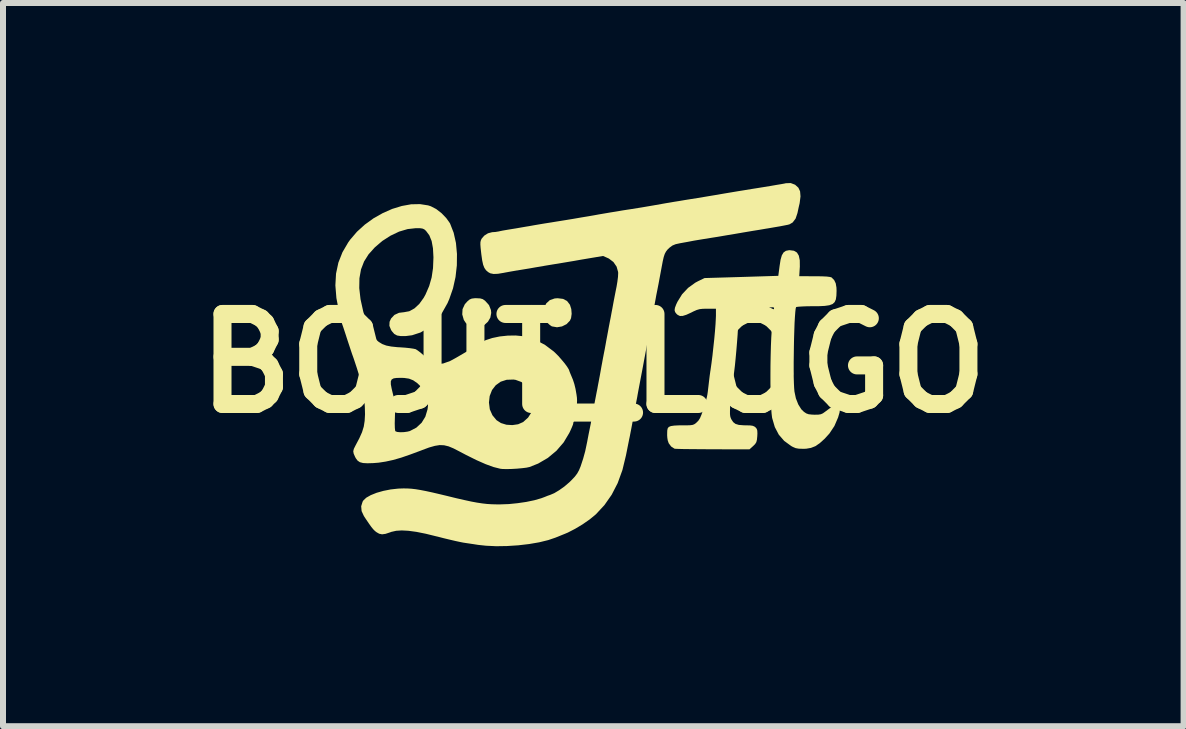
<source format=kicad_pcb>
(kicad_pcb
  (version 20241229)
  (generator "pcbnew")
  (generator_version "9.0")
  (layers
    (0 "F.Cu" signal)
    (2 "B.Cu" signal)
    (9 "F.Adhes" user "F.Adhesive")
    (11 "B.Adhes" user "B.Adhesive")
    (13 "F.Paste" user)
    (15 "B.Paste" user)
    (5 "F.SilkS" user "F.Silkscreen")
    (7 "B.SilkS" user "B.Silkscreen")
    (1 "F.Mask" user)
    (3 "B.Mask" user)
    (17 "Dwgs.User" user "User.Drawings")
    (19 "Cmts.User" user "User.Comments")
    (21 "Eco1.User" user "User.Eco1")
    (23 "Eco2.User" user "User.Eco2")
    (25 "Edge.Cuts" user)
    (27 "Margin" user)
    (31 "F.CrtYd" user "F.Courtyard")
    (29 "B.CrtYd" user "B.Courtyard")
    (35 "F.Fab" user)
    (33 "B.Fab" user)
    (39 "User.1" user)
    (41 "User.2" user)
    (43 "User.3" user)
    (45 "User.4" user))
  (footprint "BOJIT_LOGO"
    (layer "F.Cu")
    (at 6.836 3.003)
    (property "Reference" "BOJIT_LOGO" (at 0 0 0) (layer "F.SilkS") (effects (font (size 1.5 1.5) (thickness 0.3))))
    (attr board_only exclude_from_pos_files exclude_from_bom)
    (fp_poly (pts (xy -0.505 -1.073) (xy -0.438 -1.038) (xy -0.392 -0.978) (xy -0.389 -0.973) (xy -0.367 -0.902) (xy -0.361 -0.824) (xy -0.371 -0.752) (xy -0.39 -0.71) (xy -0.446 -0.652) (xy -0.522 -0.614) (xy -0.605 -0.6) (xy -0.686 -0.614) (xy -0.693 -0.616) (xy -0.724 -0.637) (xy -0.764 -0.673) (xy -0.781 -0.691) (xy -0.817 -0.74) (xy -0.832 -0.788) (xy -0.834 -0.824) (xy -0.821 -0.922) (xy -0.784 -0.998) (xy -0.725 -1.052) (xy -0.645 -1.08) (xy -0.595 -1.084)) (stroke (width 0) (type solid)) (fill yes) (layer "F.SilkS"))
    (fp_poly (pts (xy -1.886 -1.081) (xy -1.843 -1.069) (xy -1.805 -1.043) (xy -1.802 -1.04) (xy -1.738 -0.969) (xy -1.706 -0.887) (xy -1.701 -0.839) (xy -1.716 -0.761) (xy -1.755 -0.694) (xy -1.813 -0.64) (xy -1.883 -0.606) (xy -1.957 -0.597) (xy -2.01 -0.607) (xy -2.078 -0.637) (xy -2.123 -0.67) (xy -2.153 -0.715) (xy -2.158 -0.723) (xy -2.184 -0.814) (xy -2.179 -0.902) (xy -2.141 -0.984) (xy -2.098 -1.032) (xy -2.061 -1.063) (xy -2.025 -1.078) (xy -1.975 -1.084) (xy -1.948 -1.084)) (stroke (width 0) (type solid)) (fill yes) (layer "F.SilkS"))
    (fp_poly (pts (xy 3.343 -1.875) (xy 3.393 -1.845) (xy 3.424 -1.793) (xy 3.44 -1.715) (xy 3.441 -1.61) (xy 3.44 -1.596) (xy 3.431 -1.451) (xy 3.688 -1.45) (xy 3.804 -1.449) (xy 3.89 -1.445) (xy 3.944 -1.438) (xy 3.97 -1.43) (xy 4.013 -1.386) (xy 4.039 -1.332) (xy 4.051 -1.261) (xy 4.053 -1.206) (xy 4.05 -1.126) (xy 4.041 -1.064) (xy 4.021 -1.019) (xy 3.986 -0.987) (xy 3.932 -0.967) (xy 3.856 -0.956) (xy 3.753 -0.951) (xy 3.655 -0.951) (xy 3.564 -0.95) (xy 3.485 -0.947) (xy 3.424 -0.943) (xy 3.387 -0.939) (xy 3.378 -0.935) (xy 3.371 -0.908) (xy 3.365 -0.852) (xy 3.359 -0.771) (xy 3.353 -0.67) (xy 3.349 -0.554) (xy 3.345 -0.426) (xy 3.342 -0.291) (xy 3.34 -0.154) (xy 3.338 -0.019) (xy 3.338 0.109) (xy 3.339 0.227) (xy 3.342 0.329) (xy 3.346 0.412) (xy 3.351 0.47) (xy 3.375 0.584) (xy 3.415 0.686) (xy 3.466 0.767) (xy 3.509 0.809) (xy 3.548 0.835) (xy 3.587 0.849) (xy 3.64 0.855) (xy 3.684 0.857) (xy 3.748 0.856) (xy 3.791 0.849) (xy 3.825 0.834) (xy 3.86 0.809) (xy 3.942 0.748) (xy 4.004 0.712) (xy 4.05 0.699) (xy 4.082 0.71) (xy 4.103 0.742) (xy 4.108 0.776) (xy 4.102 0.822) (xy 4.082 0.89) (xy 4.079 0.901) (xy 4.017 1.045) (xy 3.934 1.17) (xy 3.855 1.257) (xy 3.773 1.331) (xy 3.7 1.381) (xy 3.626 1.41) (xy 3.544 1.424) (xy 3.494 1.425) (xy 3.424 1.423) (xy 3.372 1.414) (xy 3.325 1.394) (xy 3.296 1.378) (xy 3.18 1.293) (xy 3.09 1.189) (xy 3.024 1.063) (xy 2.98 0.913) (xy 2.978 0.903) (xy 2.97 0.837) (xy 2.963 0.743) (xy 2.957 0.626) (xy 2.954 0.49) (xy 2.951 0.341) (xy 2.951 0.184) (xy 2.952 0.023) (xy 2.955 -0.136) (xy 2.959 -0.289) (xy 2.965 -0.43) (xy 2.973 -0.555) (xy 2.977 -0.613) (xy 2.986 -0.707) (xy 2.995 -0.791) (xy 3.002 -0.857) (xy 3.008 -0.901) (xy 3.011 -0.916) (xy 3.01 -0.928) (xy 2.992 -0.933) (xy 2.95 -0.932) (xy 2.906 -0.928) (xy 2.841 -0.924) (xy 2.755 -0.92) (xy 2.662 -0.918) (xy 2.606 -0.917) (xy 2.418 -0.917) (xy 2.418 -0.796) (xy 2.416 -0.706) (xy 2.411 -0.597) (xy 2.404 -0.474) (xy 2.394 -0.344) (xy 2.383 -0.211) (xy 2.371 -0.081) (xy 2.359 0.04) (xy 2.346 0.147) (xy 2.334 0.235) (xy 2.323 0.297) (xy 2.318 0.317) (xy 2.31 0.354) (xy 2.302 0.417) (xy 2.294 0.498) (xy 2.287 0.589) (xy 2.285 0.625) (xy 2.279 0.724) (xy 2.277 0.795) (xy 2.277 0.846) (xy 2.281 0.882) (xy 2.289 0.91) (xy 2.3 0.934) (xy 2.33 0.98) (xy 2.369 1.01) (xy 2.425 1.027) (xy 2.504 1.033) (xy 2.539 1.034) (xy 2.608 1.035) (xy 2.653 1.041) (xy 2.683 1.053) (xy 2.704 1.069) (xy 2.723 1.093) (xy 2.732 1.123) (xy 2.734 1.169) (xy 2.732 1.213) (xy 2.726 1.274) (xy 2.716 1.314) (xy 2.696 1.346) (xy 2.664 1.378) (xy 2.602 1.434) (xy 1.989 1.433) (xy 1.848 1.432) (xy 1.718 1.431) (xy 1.601 1.43) (xy 1.502 1.429) (xy 1.425 1.427) (xy 1.373 1.425) (xy 1.351 1.423) (xy 1.351 1.422) (xy 1.297 1.387) (xy 1.256 1.332) (xy 1.24 1.286) (xy 1.233 1.242) (xy 1.23 1.2) (xy 1.231 1.145) (xy 1.232 1.119) (xy 1.239 1.085) (xy 1.257 1.061) (xy 1.293 1.046) (xy 1.35 1.038) (xy 1.433 1.034) (xy 1.477 1.034) (xy 1.559 1.034) (xy 1.615 1.032) (xy 1.653 1.027) (xy 1.68 1.017) (xy 1.704 1.001) (xy 1.723 0.984) (xy 1.753 0.953) (xy 1.778 0.913) (xy 1.802 0.856) (xy 1.83 0.774) (xy 1.831 0.772) (xy 1.858 0.682) (xy 1.878 0.616) (xy 1.892 0.564) (xy 1.901 0.518) (xy 1.908 0.469) (xy 1.915 0.408) (xy 1.918 0.384) (xy 1.928 0.298) (xy 1.939 0.207) (xy 1.95 0.129) (xy 1.951 0.125) (xy 1.968 0.005) (xy 1.985 -0.128) (xy 2 -0.266) (xy 2.015 -0.404) (xy 2.027 -0.534) (xy 2.036 -0.65) (xy 2.041 -0.744) (xy 2.043 -0.792) (xy 2.043 -0.909) (xy 1.9 -0.909) (xy 1.826 -0.908) (xy 1.772 -0.902) (xy 1.723 -0.888) (xy 1.666 -0.863) (xy 1.633 -0.846) (xy 1.55 -0.808) (xy 1.489 -0.789) (xy 1.443 -0.788) (xy 1.406 -0.806) (xy 1.387 -0.822) (xy 1.363 -0.853) (xy 1.354 -0.885) (xy 1.36 -0.925) (xy 1.381 -0.981) (xy 1.403 -1.027) (xy 1.479 -1.15) (xy 1.58 -1.257) (xy 1.699 -1.343) (xy 1.742 -1.366) (xy 1.853 -1.42) (xy 2.468 -1.438) (xy 3.082 -1.457) (xy 3.104 -1.623) (xy 3.12 -1.726) (xy 3.141 -1.799) (xy 3.17 -1.847) (xy 3.209 -1.874) (xy 3.26 -1.884) (xy 3.274 -1.884)) (stroke (width 0) (type solid)) (fill yes) (layer "F.SilkS"))
    (fp_poly (pts (xy -2.753 -2.631) (xy -2.707 -2.616) (xy -2.618 -2.57) (xy -2.53 -2.502) (xy -2.451 -2.42) (xy -2.391 -2.336) (xy -2.385 -2.324) (xy -2.327 -2.175) (xy -2.289 -2.005) (xy -2.272 -1.822) (xy -2.274 -1.631) (xy -2.296 -1.437) (xy -2.338 -1.248) (xy -2.4 -1.07) (xy -2.43 -1.001) (xy -2.524 -0.834) (xy -2.63 -0.697) (xy -2.749 -0.59) (xy -2.879 -0.513) (xy -3.02 -0.467) (xy -3.121 -0.454) (xy -3.208 -0.453) (xy -3.27 -0.463) (xy -3.317 -0.489) (xy -3.356 -0.534) (xy -3.37 -0.555) (xy -3.398 -0.624) (xy -3.395 -0.691) (xy -3.37 -0.746) (xy -3.314 -0.806) (xy -3.238 -0.841) (xy -3.155 -0.851) (xy -3.067 -0.867) (xy -2.981 -0.914) (xy -2.9 -0.989) (xy -2.827 -1.09) (xy -2.796 -1.146) (xy -2.735 -1.287) (xy -2.694 -1.43) (xy -2.671 -1.586) (xy -2.664 -1.763) (xy -2.664 -1.768) (xy -2.672 -1.916) (xy -2.694 -2.037) (xy -2.733 -2.133) (xy -2.787 -2.205) (xy -2.813 -2.229) (xy -2.841 -2.243) (xy -2.879 -2.25) (xy -2.939 -2.251) (xy -2.959 -2.251) (xy -3.094 -2.236) (xy -3.236 -2.194) (xy -3.379 -2.126) (xy -3.516 -2.038) (xy -3.641 -1.931) (xy -3.746 -1.814) (xy -3.82 -1.696) (xy -3.871 -1.564) (xy -3.897 -1.417) (xy -3.9 -1.252) (xy -3.879 -1.068) (xy -3.834 -0.864) (xy -3.792 -0.717) (xy -3.758 -0.615) (xy -3.727 -0.538) (xy -3.695 -0.479) (xy -3.659 -0.432) (xy -3.633 -0.406) (xy -3.575 -0.356) (xy -3.516 -0.32) (xy -3.449 -0.295) (xy -3.366 -0.279) (xy -3.261 -0.268) (xy -3.22 -0.266) (xy -3.135 -0.26) (xy -3.058 -0.252) (xy -2.997 -0.243) (xy -2.961 -0.235) (xy -2.96 -0.235) (xy -2.927 -0.214) (xy -2.878 -0.177) (xy -2.822 -0.128) (xy -2.791 -0.099) (xy -2.734 -0.045) (xy -2.694 -0.011) (xy -2.662 0.008) (xy -2.632 0.015) (xy -2.606 0.017) (xy -2.5 0.003) (xy -2.386 -0.038) (xy -2.385 -0.039) (xy -2.346 -0.059) (xy -2.285 -0.093) (xy -2.211 -0.136) (xy -2.129 -0.184) (xy -2.048 -0.233) (xy -1.974 -0.279) (xy -1.914 -0.316) (xy -1.88 -0.339) (xy -1.794 -0.385) (xy -1.684 -0.421) (xy -1.559 -0.447) (xy -1.426 -0.461) (xy -1.294 -0.463) (xy -1.17 -0.451) (xy -1.14 -0.445) (xy -0.97 -0.392) (xy -0.809 -0.309) (xy -0.661 -0.198) (xy -0.636 -0.175) (xy -0.582 -0.121) (xy -0.528 -0.059) (xy -0.477 0.002) (xy -0.436 0.058) (xy -0.409 0.102) (xy -0.4 0.126) (xy -0.394 0.144) (xy -0.378 0.183) (xy -0.369 0.204) (xy -0.339 0.276) (xy -0.316 0.347) (xy -0.297 0.425) (xy -0.28 0.523) (xy -0.273 0.575) (xy -0.271 0.619) (xy -0.273 0.681) (xy -0.28 0.753) (xy -0.289 0.826) (xy -0.299 0.89) (xy -0.31 0.938) (xy -0.319 0.958) (xy -0.333 0.988) (xy -0.334 0.999) (xy -0.34 1.024) (xy -0.359 1.071) (xy -0.386 1.131) (xy -0.401 1.162) (xy -0.495 1.319) (xy -0.615 1.458) (xy -0.758 1.577) (xy -0.919 1.671) (xy -1.063 1.728) (xy -1.113 1.739) (xy -1.187 1.748) (xy -1.274 1.756) (xy -1.364 1.761) (xy -1.449 1.763) (xy -1.517 1.761) (xy -1.551 1.757) (xy -1.662 1.729) (xy -1.794 1.681) (xy -1.948 1.613) (xy -2.125 1.525) (xy -2.233 1.468) (xy -2.33 1.418) (xy -2.412 1.384) (xy -2.487 1.366) (xy -2.56 1.363) (xy -2.641 1.376) (xy -2.736 1.403) (xy -2.852 1.446) (xy -2.869 1.453) (xy -3.047 1.519) (xy -3.2 1.572) (xy -3.336 1.611) (xy -3.46 1.638) (xy -3.576 1.656) (xy -3.664 1.663) (xy -3.764 1.666) (xy -3.837 1.662) (xy -3.89 1.648) (xy -3.928 1.622) (xy -3.957 1.583) (xy -3.969 1.561) (xy -3.993 1.506) (xy -4 1.466) (xy -3.99 1.425) (xy -3.963 1.371) (xy -3.961 1.367) (xy -3.899 1.25) (xy -3.854 1.149) (xy -3.825 1.055) (xy -3.81 0.959) (xy -3.804 0.85) (xy -3.807 0.732) (xy -3.813 0.635) (xy -3.824 0.54) (xy -3.841 0.442) (xy -3.865 0.337) (xy -3.875 0.3) (xy -3.374 0.3) (xy -3.374 0.351) (xy -3.36 0.424) (xy -3.336 0.524) (xy -3.332 0.54) (xy -3.317 0.602) (xy -3.308 0.659) (xy -3.304 0.722) (xy -3.303 0.799) (xy -3.306 0.893) (xy -3.309 1.001) (xy -3.307 1.078) (xy -3.302 1.122) (xy -3.297 1.133) (xy -3.268 1.144) (xy -3.217 1.149) (xy -3.156 1.147) (xy -3.097 1.139) (xy -3.057 1.129) (xy -2.948 1.072) (xy -2.861 0.991) (xy -2.799 0.89) (xy -2.763 0.77) (xy -2.757 0.727) (xy -2.753 0.653) (xy -1.739 0.653) (xy -1.725 0.767) (xy -1.681 0.866) (xy -1.613 0.948) (xy -1.539 0.996) (xy -1.448 1.024) (xy -1.349 1.03) (xy -1.253 1.016) (xy -1.169 0.979) (xy -1.167 0.977) (xy -1.087 0.905) (xy -1.026 0.809) (xy -0.998 0.73) (xy -0.988 0.631) (xy -1.007 0.535) (xy -1.052 0.445) (xy -1.117 0.369) (xy -1.2 0.311) (xy -1.296 0.276) (xy -1.332 0.271) (xy -1.445 0.275) (xy -1.544 0.307) (xy -1.626 0.366) (xy -1.688 0.446) (xy -1.727 0.546) (xy -1.739 0.653) (xy -2.753 0.653) (xy -2.752 0.632) (xy -2.76 0.56) (xy -2.784 0.499) (xy -2.826 0.439) (xy -2.857 0.405) (xy -2.932 0.332) (xy -3.001 0.284) (xy -3.071 0.256) (xy -3.153 0.244) (xy -3.204 0.243) (xy -3.276 0.244) (xy -3.326 0.251) (xy -3.359 0.269) (xy -3.374 0.3) (xy -3.875 0.3) (xy -3.897 0.219) (xy -3.939 0.083) (xy -3.992 -0.077) (xy -4.021 -0.158) (xy -4.047 -0.236) (xy -4.078 -0.33) (xy -4.109 -0.424) (xy -4.12 -0.459) (xy -4.144 -0.532) (xy -4.165 -0.596) (xy -4.181 -0.642) (xy -4.187 -0.659) (xy -4.2 -0.7) (xy -4.211 -0.742) (xy -4.222 -0.793) (xy -4.235 -0.851) (xy -4.237 -0.859) (xy -4.281 -1.087) (xy -4.298 -1.298) (xy -4.287 -1.494) (xy -4.248 -1.677) (xy -4.18 -1.85) (xy -4.084 -2.014) (xy -4.051 -2.06) (xy -3.938 -2.192) (xy -3.808 -2.31) (xy -3.663 -2.415) (xy -3.509 -2.502) (xy -3.351 -2.572) (xy -3.191 -2.621) (xy -3.036 -2.649) (xy -2.888 -2.652)) (stroke (width 0) (type solid)) (fill yes) (layer "F.SilkS"))
    (fp_poly (pts (xy 3.362 -2.975) (xy 3.417 -2.925) (xy 3.445 -2.865) (xy 3.452 -2.781) (xy 3.439 -2.677) (xy 3.437 -2.664) (xy 3.423 -2.605) (xy 3.408 -2.535) (xy 3.401 -2.502) (xy 3.37 -2.41) (xy 3.321 -2.346) (xy 3.27 -2.316) (xy 3.242 -2.308) (xy 3.187 -2.297) (xy 3.109 -2.282) (xy 3.015 -2.266) (xy 2.911 -2.248) (xy 2.878 -2.243) (xy 2.767 -2.224) (xy 2.661 -2.207) (xy 2.566 -2.191) (xy 2.489 -2.178) (xy 2.438 -2.169) (xy 2.431 -2.168) (xy 2.356 -2.155) (xy 2.274 -2.141) (xy 2.235 -2.135) (xy 2.159 -2.122) (xy 2.077 -2.108) (xy 2.039 -2.102) (xy 1.969 -2.091) (xy 1.887 -2.077) (xy 1.826 -2.068) (xy 1.754 -2.056) (xy 1.682 -2.044) (xy 1.634 -2.035) (xy 1.577 -2.024) (xy 1.505 -2.011) (xy 1.444 -2) (xy 1.371 -1.984) (xy 1.318 -1.962) (xy 1.273 -1.929) (xy 1.267 -1.924) (xy 1.234 -1.892) (xy 1.21 -1.86) (xy 1.19 -1.822) (xy 1.173 -1.771) (xy 1.157 -1.701) (xy 1.139 -1.606) (xy 1.135 -1.584) (xy 1.109 -1.445) (xy 1.087 -1.326) (xy 1.065 -1.214) (xy 1.049 -1.134) (xy 1.038 -1.072) (xy 1.027 -1.013) (xy 1.025 -1.001) (xy 1.018 -0.962) (xy 1.007 -0.899) (xy 0.992 -0.82) (xy 0.976 -0.735) (xy 0.976 -0.734) (xy 0.956 -0.632) (xy 0.935 -0.521) (xy 0.915 -0.415) (xy 0.902 -0.35) (xy 0.887 -0.27) (xy 0.868 -0.168) (xy 0.847 -0.056) (xy 0.826 0.057) (xy 0.818 0.1) (xy 0.797 0.21) (xy 0.775 0.326) (xy 0.754 0.436) (xy 0.737 0.529) (xy 0.732 0.559) (xy 0.699 0.731) (xy 0.673 0.874) (xy 0.651 0.991) (xy 0.633 1.087) (xy 0.618 1.164) (xy 0.606 1.226) (xy 0.595 1.277) (xy 0.592 1.293) (xy 0.576 1.373) (xy 0.558 1.464) (xy 0.544 1.534) (xy 0.485 1.778) (xy 0.406 1.996) (xy 0.306 2.19) (xy 0.185 2.363) (xy 0.042 2.517) (xy 0.037 2.521) (xy -0.06 2.601) (xy -0.178 2.683) (xy -0.303 2.758) (xy -0.425 2.821) (xy -0.475 2.842) (xy -0.537 2.867) (xy -0.59 2.889) (xy -0.624 2.902) (xy -0.625 2.903) (xy -0.751 2.946) (xy -0.902 2.983) (xy -1.071 3.012) (xy -1.251 3.033) (xy -1.436 3.045) (xy -1.617 3.048) (xy -1.787 3.04) (xy -1.918 3.026) (xy -2.001 3.013) (xy -2.088 3) (xy -2.162 2.989) (xy -2.168 2.988) (xy -2.218 2.978) (xy -2.293 2.962) (xy -2.387 2.94) (xy -2.491 2.915) (xy -2.6 2.887) (xy -2.61 2.885) (xy -2.793 2.84) (xy -2.948 2.809) (xy -3.08 2.791) (xy -3.191 2.785) (xy -3.285 2.791) (xy -3.365 2.809) (xy -3.386 2.817) (xy -3.462 2.842) (xy -3.52 2.85) (xy -3.568 2.84) (xy -3.612 2.815) (xy -3.638 2.795) (xy -3.666 2.767) (xy -3.698 2.728) (xy -3.738 2.672) (xy -3.791 2.594) (xy -3.823 2.545) (xy -3.861 2.463) (xy -3.868 2.382) (xy -3.844 2.305) (xy -3.832 2.286) (xy -3.784 2.24) (xy -3.708 2.197) (xy -3.611 2.158) (xy -3.498 2.126) (xy -3.376 2.102) (xy -3.25 2.088) (xy -3.163 2.085) (xy -3.097 2.086) (xy -3.031 2.09) (xy -2.962 2.098) (xy -2.883 2.111) (xy -2.79 2.129) (xy -2.679 2.153) (xy -2.543 2.185) (xy -2.447 2.208) (xy -2.284 2.248) (xy -2.148 2.279) (xy -2.033 2.304) (xy -1.936 2.322) (xy -1.85 2.335) (xy -1.771 2.344) (xy -1.693 2.349) (xy -1.611 2.351) (xy -1.548 2.351) (xy -1.408 2.346) (xy -1.261 2.331) (xy -1.117 2.31) (xy -0.983 2.282) (xy -0.868 2.249) (xy -0.809 2.227) (xy -0.76 2.207) (xy -0.719 2.193) (xy -0.651 2.164) (xy -0.569 2.115) (xy -0.483 2.054) (xy -0.401 1.984) (xy -0.369 1.953) (xy -0.31 1.891) (xy -0.269 1.837) (xy -0.238 1.781) (xy -0.212 1.718) (xy -0.17 1.591) (xy -0.135 1.464) (xy -0.105 1.321) (xy -0.101 1.301) (xy -0.088 1.232) (xy -0.075 1.165) (xy -0.067 1.126) (xy -0.056 1.071) (xy -0.042 1.002) (xy -0.035 0.959) (xy -0.022 0.892) (xy -0.006 0.801) (xy 0.014 0.697) (xy 0.035 0.588) (xy 0.055 0.484) (xy 0.067 0.425) (xy 0.076 0.374) (xy 0.09 0.301) (xy 0.106 0.216) (xy 0.118 0.15) (xy 0.133 0.065) (xy 0.148 -0.015) (xy 0.16 -0.081) (xy 0.167 -0.117) (xy 0.176 -0.164) (xy 0.19 -0.234) (xy 0.205 -0.316) (xy 0.217 -0.384) (xy 0.233 -0.468) (xy 0.248 -0.549) (xy 0.26 -0.615) (xy 0.267 -0.65) (xy 0.276 -0.698) (xy 0.29 -0.768) (xy 0.305 -0.85) (xy 0.318 -0.917) (xy 0.336 -1.016) (xy 0.357 -1.125) (xy 0.377 -1.227) (xy 0.387 -1.276) (xy 0.401 -1.36) (xy 0.411 -1.439) (xy 0.414 -1.502) (xy 0.413 -1.521) (xy 0.388 -1.61) (xy 0.335 -1.687) (xy 0.259 -1.745) (xy 0.237 -1.755) (xy 0.162 -1.788) (xy -0.207 -1.726) (xy -0.319 -1.706) (xy -0.427 -1.688) (xy -0.522 -1.672) (xy -0.599 -1.659) (xy -0.651 -1.651) (xy -0.663 -1.649) (xy -0.736 -1.637) (xy -0.814 -1.624) (xy -0.838 -1.619) (xy -0.954 -1.6) (xy -1.061 -1.581) (xy -1.153 -1.566) (xy -1.226 -1.554) (xy -1.272 -1.546) (xy -1.276 -1.546) (xy -1.375 -1.529) (xy -1.468 -1.512) (xy -1.493 -1.507) (xy -1.589 -1.491) (xy -1.661 -1.488) (xy -1.716 -1.499) (xy -1.752 -1.519) (xy -1.788 -1.55) (xy -1.815 -1.589) (xy -1.836 -1.642) (xy -1.852 -1.716) (xy -1.866 -1.815) (xy -1.869 -1.842) (xy -1.878 -1.924) (xy -1.882 -1.98) (xy -1.881 -2.019) (xy -1.874 -2.048) (xy -1.862 -2.074) (xy -1.861 -2.076) (xy -1.817 -2.127) (xy -1.755 -2.166) (xy -1.687 -2.184) (xy -1.675 -2.185) (xy -1.631 -2.188) (xy -1.576 -2.197) (xy -1.563 -2.2) (xy -1.51 -2.211) (xy -1.44 -2.223) (xy -1.368 -2.235) (xy -1.293 -2.247) (xy -1.201 -2.263) (xy -1.108 -2.279) (xy -1.076 -2.284) (xy -0.987 -2.3) (xy -0.893 -2.316) (xy -0.809 -2.33) (xy -0.784 -2.334) (xy -0.701 -2.347) (xy -0.622 -2.36) (xy -0.54 -2.373) (xy -0.448 -2.388) (xy -0.338 -2.406) (xy -0.205 -2.429) (xy -0.163 -2.436) (xy -0.09 -2.448) (xy -0.015 -2.461) (xy 0.025 -2.468) (xy 0.09 -2.48) (xy 0.166 -2.493) (xy 0.213 -2.501) (xy 0.289 -2.514) (xy 0.371 -2.527) (xy 0.413 -2.534) (xy 0.482 -2.546) (xy 0.565 -2.559) (xy 0.625 -2.568) (xy 0.806 -2.597) (xy 1.005 -2.631) (xy 1.208 -2.667) (xy 1.226 -2.67) (xy 1.269 -2.677) (xy 1.338 -2.689) (xy 1.426 -2.703) (xy 1.526 -2.72) (xy 1.626 -2.736) (xy 1.741 -2.754) (xy 1.86 -2.774) (xy 1.973 -2.793) (xy 2.07 -2.809) (xy 2.126 -2.819) (xy 2.196 -2.831) (xy 2.292 -2.847) (xy 2.405 -2.866) (xy 2.529 -2.886) (xy 2.657 -2.907) (xy 2.727 -2.918) (xy 2.845 -2.937) (xy 2.955 -2.955) (xy 3.052 -2.972) (xy 3.131 -2.985) (xy 3.186 -2.995) (xy 3.208 -3) (xy 3.289 -3.003)) (stroke (width 0) (type solid)) (fill yes) (layer "F.SilkS")))
  (gr_rect
    (start -3 -3)
    (end 16.671 9.05)
    (stroke (width 0.1) (type default))
    (fill no)
    (layer "Edge.Cuts")))
</source>
